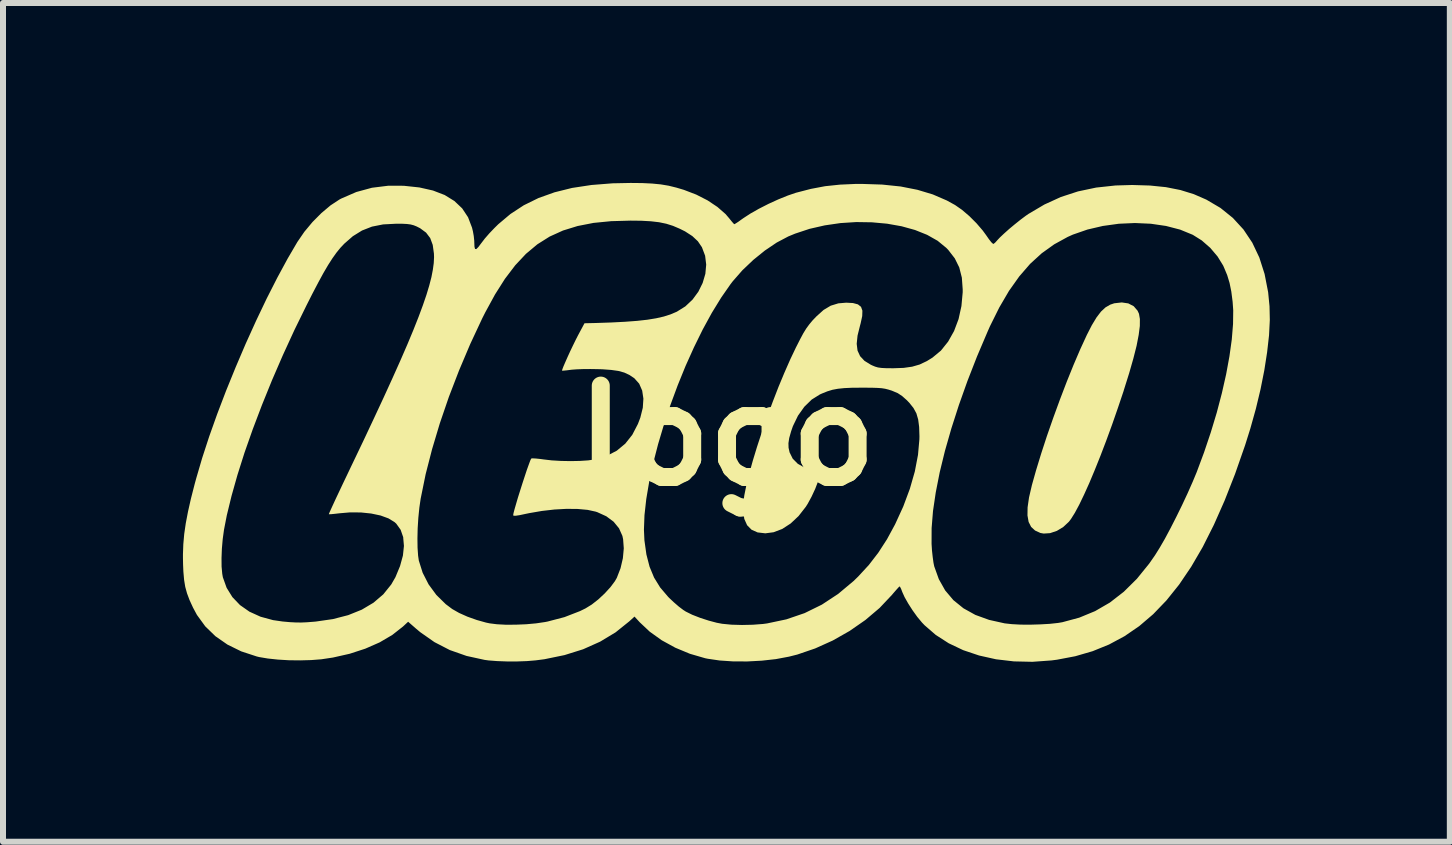
<source format=kicad_pcb>
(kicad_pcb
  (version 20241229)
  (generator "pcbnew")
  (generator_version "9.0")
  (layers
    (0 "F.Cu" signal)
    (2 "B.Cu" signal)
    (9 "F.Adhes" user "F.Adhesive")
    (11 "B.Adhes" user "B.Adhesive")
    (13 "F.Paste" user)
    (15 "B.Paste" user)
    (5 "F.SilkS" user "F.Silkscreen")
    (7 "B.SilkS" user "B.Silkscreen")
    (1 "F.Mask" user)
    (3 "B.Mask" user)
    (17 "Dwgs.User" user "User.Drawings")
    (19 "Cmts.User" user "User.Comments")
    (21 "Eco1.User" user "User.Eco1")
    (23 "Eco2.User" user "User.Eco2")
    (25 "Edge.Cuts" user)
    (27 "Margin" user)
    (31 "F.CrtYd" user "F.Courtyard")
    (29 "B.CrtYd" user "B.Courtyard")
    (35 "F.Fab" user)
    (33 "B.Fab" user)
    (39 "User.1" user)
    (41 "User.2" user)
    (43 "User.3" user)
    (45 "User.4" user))
  (footprint "logo"
    (layer "F.Cu")
    (at 9.07 4.213)
    (property "Reference" "logo" (at 0 0 0) (layer "F.SilkS") (effects (font (size 1.524 1.524) (thickness 0.3))))
    (attr board_only exclude_from_pos_files exclude_from_bom)
    (fp_poly (pts (xy 6.69 -2.205) (xy 6.78 -2.158) (xy 6.844 -2.084) (xy 6.868 -2.032) (xy 6.883 -1.945) (xy 6.882 -1.828) (xy 6.863 -1.68) (xy 6.828 -1.499) (xy 6.774 -1.286) (xy 6.703 -1.038) (xy 6.614 -0.755) (xy 6.613 -0.749) (xy 6.517 -0.464) (xy 6.42 -0.185) (xy 6.322 0.083) (xy 6.225 0.337) (xy 6.13 0.574) (xy 6.039 0.791) (xy 5.952 0.984) (xy 5.872 1.15) (xy 5.799 1.286) (xy 5.735 1.388) (xy 5.7 1.434) (xy 5.606 1.522) (xy 5.499 1.587) (xy 5.386 1.625) (xy 5.279 1.632) (xy 5.224 1.622) (xy 5.135 1.581) (xy 5.07 1.521) (xy 5.028 1.438) (xy 5.009 1.33) (xy 5.011 1.195) (xy 5.035 1.029) (xy 5.081 0.832) (xy 5.081 0.83) (xy 5.152 0.578) (xy 5.237 0.3) (xy 5.333 0.006) (xy 5.439 -0.298) (xy 5.55 -0.602) (xy 5.664 -0.9) (xy 5.778 -1.182) (xy 5.889 -1.441) (xy 5.994 -1.669) (xy 5.998 -1.678) (xy 6.082 -1.842) (xy 6.16 -1.971) (xy 6.234 -2.068) (xy 6.309 -2.138) (xy 6.388 -2.184) (xy 6.456 -2.207) (xy 6.581 -2.221)) (stroke (width 0) (type solid)) (fill yes) (layer "F.SilkS"))
    (fp_poly (pts (xy -1.412 -4.211) (xy -1.248 -4.203) (xy -1.104 -4.189) (xy -0.973 -4.167) (xy -0.843 -4.135) (xy -0.719 -4.098) (xy -0.513 -4.019) (xy -0.325 -3.923) (xy -0.16 -3.813) (xy -0.025 -3.695) (xy 0.035 -3.625) (xy 0.077 -3.573) (xy 0.108 -3.537) (xy 0.122 -3.525) (xy 0.142 -3.536) (xy 0.187 -3.565) (xy 0.247 -3.608) (xy 0.274 -3.627) (xy 0.389 -3.702) (xy 0.532 -3.783) (xy 0.691 -3.864) (xy 0.855 -3.939) (xy 1.013 -4.003) (xy 1.153 -4.051) (xy 1.155 -4.051) (xy 1.398 -4.114) (xy 1.636 -4.159) (xy 1.883 -4.185) (xy 2.15 -4.197) (xy 2.248 -4.197) (xy 2.587 -4.186) (xy 2.895 -4.154) (xy 3.174 -4.099) (xy 3.43 -4.022) (xy 3.664 -3.921) (xy 3.802 -3.845) (xy 3.917 -3.765) (xy 4.04 -3.66) (xy 4.159 -3.541) (xy 4.263 -3.42) (xy 4.32 -3.342) (xy 4.366 -3.276) (xy 4.406 -3.225) (xy 4.434 -3.199) (xy 4.441 -3.196) (xy 4.467 -3.215) (xy 4.502 -3.253) (xy 4.502 -3.254) (xy 4.548 -3.303) (xy 4.618 -3.369) (xy 4.704 -3.446) (xy 4.799 -3.525) (xy 4.894 -3.601) (xy 4.981 -3.666) (xy 5.026 -3.697) (xy 5.292 -3.854) (xy 5.566 -3.979) (xy 5.851 -4.072) (xy 6.154 -4.136) (xy 6.478 -4.171) (xy 6.755 -4.179) (xy 7.052 -4.17) (xy 7.317 -4.143) (xy 7.559 -4.095) (xy 7.782 -4.026) (xy 7.991 -3.935) (xy 8.227 -3.796) (xy 8.433 -3.63) (xy 8.61 -3.437) (xy 8.757 -3.217) (xy 8.874 -2.97) (xy 8.962 -2.695) (xy 9.021 -2.392) (xy 9.044 -2.157) (xy 9.049 -1.93) (xy 9.036 -1.673) (xy 9.004 -1.391) (xy 8.957 -1.089) (xy 8.894 -0.772) (xy 8.816 -0.447) (xy 8.724 -0.118) (xy 8.637 0.159) (xy 8.469 0.64) (xy 8.295 1.083) (xy 8.116 1.487) (xy 7.931 1.855) (xy 7.738 2.186) (xy 7.537 2.483) (xy 7.326 2.746) (xy 7.105 2.976) (xy 6.872 3.175) (xy 6.627 3.343) (xy 6.368 3.482) (xy 6.095 3.593) (xy 5.806 3.677) (xy 5.501 3.735) (xy 5.409 3.747) (xy 5.092 3.77) (xy 4.783 3.763) (xy 4.485 3.728) (xy 4.203 3.665) (xy 3.938 3.576) (xy 3.696 3.461) (xy 3.48 3.322) (xy 3.293 3.16) (xy 3.25 3.115) (xy 3.172 3.021) (xy 3.093 2.911) (xy 3.02 2.797) (xy 2.96 2.691) (xy 2.923 2.609) (xy 2.902 2.554) (xy 2.884 2.519) (xy 2.877 2.513) (xy 2.86 2.528) (xy 2.824 2.568) (xy 2.775 2.624) (xy 2.749 2.655) (xy 2.544 2.872) (xy 2.307 3.073) (xy 2.045 3.255) (xy 1.763 3.415) (xy 1.47 3.547) (xy 1.172 3.649) (xy 1.033 3.684) (xy 0.815 3.725) (xy 0.58 3.751) (xy 0.338 3.764) (xy 0.1 3.763) (xy -0.123 3.748) (xy -0.321 3.719) (xy -0.365 3.71) (xy -0.619 3.636) (xy -0.862 3.535) (xy -1.088 3.411) (xy -1.288 3.268) (xy -1.455 3.111) (xy -1.542 3.016) (xy -1.63 3.096) (xy -1.858 3.279) (xy -2.115 3.434) (xy -2.399 3.561) (xy -2.709 3.658) (xy -3.044 3.727) (xy -3.191 3.746) (xy -3.335 3.758) (xy -3.498 3.764) (xy -3.668 3.764) (xy -3.831 3.758) (xy -3.975 3.747) (xy -4.041 3.738) (xy -4.342 3.672) (xy -4.621 3.574) (xy -4.877 3.442) (xy -5.114 3.276) (xy -5.181 3.22) (xy -5.316 3.102) (xy -5.402 3.182) (xy -5.58 3.322) (xy -5.791 3.446) (xy -6.03 3.551) (xy -6.291 3.636) (xy -6.57 3.699) (xy -6.764 3.728) (xy -6.931 3.741) (xy -7.114 3.746) (xy -7.303 3.744) (xy -7.487 3.733) (xy -7.655 3.715) (xy -7.798 3.691) (xy -7.839 3.681) (xy -8.098 3.596) (xy -8.328 3.483) (xy -8.528 3.344) (xy -8.698 3.179) (xy -8.837 2.988) (xy -8.902 2.867) (xy -8.96 2.741) (xy -9.002 2.629) (xy -9.032 2.52) (xy -9.051 2.403) (xy -9.063 2.265) (xy -9.068 2.147) (xy -9.07 2.04) (xy -8.427 2.04) (xy -8.426 2.182) (xy -8.415 2.302) (xy -8.405 2.36) (xy -8.342 2.536) (xy -8.246 2.691) (xy -8.119 2.824) (xy -7.962 2.934) (xy -7.777 3.018) (xy -7.568 3.075) (xy -7.409 3.098) (xy -7.286 3.109) (xy -7.188 3.114) (xy -7.1 3.115) (xy -7.006 3.111) (xy -6.891 3.102) (xy -6.856 3.099) (xy -6.571 3.058) (xy -6.315 2.992) (xy -6.089 2.901) (xy -5.894 2.785) (xy -5.73 2.645) (xy -5.598 2.481) (xy -5.528 2.36) (xy -5.451 2.174) (xy -5.403 1.999) (xy -5.386 1.838) (xy -5.397 1.713) (xy -5.161 1.713) (xy -5.159 1.868) (xy -5.15 1.999) (xy -5.138 2.082) (xy -5.074 2.285) (xy -4.975 2.479) (xy -4.845 2.656) (xy -4.689 2.809) (xy -4.581 2.89) (xy -4.467 2.955) (xy -4.326 3.018) (xy -4.171 3.073) (xy -4.018 3.116) (xy -3.956 3.129) (xy -3.835 3.144) (xy -3.686 3.152) (xy -3.52 3.151) (xy -3.348 3.144) (xy -3.183 3.129) (xy -3.034 3.107) (xy -2.993 3.099) (xy -2.71 3.025) (xy -2.452 2.925) (xy -2.36 2.88) (xy -2.256 2.816) (xy -2.146 2.73) (xy -2.039 2.63) (xy -1.943 2.525) (xy -1.869 2.426) (xy -1.837 2.37) (xy -1.775 2.21) (xy -1.736 2.043) (xy -1.721 1.879) (xy -1.732 1.728) (xy -1.744 1.671) (xy -1.79 1.568) (xy -1.385 1.568) (xy -1.377 1.744) (xy -1.344 1.98) (xy -1.291 2.185) (xy -1.216 2.366) (xy -1.115 2.53) (xy -0.985 2.683) (xy -0.965 2.704) (xy -0.886 2.778) (xy -0.804 2.849) (xy -0.73 2.905) (xy -0.688 2.932) (xy -0.581 2.985) (xy -0.448 3.037) (xy -0.306 3.083) (xy -0.171 3.119) (xy -0.081 3.136) (xy 0.073 3.151) (xy 0.25 3.156) (xy 0.431 3.152) (xy 0.601 3.139) (xy 0.668 3.13) (xy 0.99 3.062) (xy 1.294 2.958) (xy 1.581 2.817) (xy 1.853 2.638) (xy 2.11 2.423) (xy 2.187 2.348) (xy 2.365 2.155) (xy 2.522 1.951) (xy 2.623 1.795) (xy 3.41 1.795) (xy 3.41 1.803) (xy 3.417 1.914) (xy 3.429 2.023) (xy 3.442 2.118) (xy 3.454 2.177) (xy 3.531 2.392) (xy 3.637 2.58) (xy 3.774 2.742) (xy 3.942 2.878) (xy 4.14 2.988) (xy 4.369 3.071) (xy 4.629 3.129) (xy 4.747 3.142) (xy 4.894 3.15) (xy 5.056 3.151) (xy 5.223 3.146) (xy 5.381 3.137) (xy 5.519 3.122) (xy 5.59 3.11) (xy 5.872 3.034) (xy 6.136 2.925) (xy 6.383 2.782) (xy 6.615 2.602) (xy 6.833 2.386) (xy 7.038 2.133) (xy 7.134 1.995) (xy 7.211 1.872) (xy 7.299 1.72) (xy 7.393 1.544) (xy 7.49 1.354) (xy 7.587 1.156) (xy 7.679 0.959) (xy 7.763 0.769) (xy 7.83 0.608) (xy 7.953 0.278) (xy 8.065 -0.055) (xy 8.165 -0.386) (xy 8.25 -0.71) (xy 8.321 -1.024) (xy 8.376 -1.324) (xy 8.415 -1.604) (xy 8.436 -1.861) (xy 8.439 -2.09) (xy 8.429 -2.232) (xy 8.407 -2.403) (xy 8.378 -2.546) (xy 8.339 -2.675) (xy 8.287 -2.8) (xy 8.271 -2.836) (xy 8.178 -2.987) (xy 8.056 -3.131) (xy 7.914 -3.255) (xy 7.764 -3.349) (xy 7.554 -3.435) (xy 7.319 -3.496) (xy 7.066 -3.533) (xy 6.801 -3.545) (xy 6.532 -3.533) (xy 6.265 -3.496) (xy 6.008 -3.436) (xy 5.766 -3.352) (xy 5.679 -3.313) (xy 5.455 -3.19) (xy 5.247 -3.041) (xy 5.053 -2.864) (xy 4.872 -2.655) (xy 4.701 -2.414) (xy 4.539 -2.137) (xy 4.383 -1.823) (xy 4.345 -1.737) (xy 4.168 -1.321) (xy 4.008 -0.911) (xy 3.865 -0.509) (xy 3.74 -0.12) (xy 3.633 0.254) (xy 3.546 0.61) (xy 3.48 0.945) (xy 3.434 1.256) (xy 3.411 1.541) (xy 3.41 1.795) (xy 2.623 1.795) (xy 2.667 1.727) (xy 2.802 1.478) (xy 2.938 1.181) (xy 3.048 0.886) (xy 3.131 0.597) (xy 3.184 0.32) (xy 3.207 0.061) (xy 3.208 0.01) (xy 3.203 -0.145) (xy 3.187 -0.269) (xy 3.157 -0.372) (xy 3.108 -0.462) (xy 3.039 -0.548) (xy 2.999 -0.59) (xy 2.92 -0.66) (xy 2.846 -0.709) (xy 2.758 -0.746) (xy 2.743 -0.752) (xy 2.688 -0.769) (xy 2.636 -0.782) (xy 2.58 -0.791) (xy 2.512 -0.796) (xy 2.422 -0.799) (xy 2.303 -0.8) (xy 2.248 -0.8) (xy 2.086 -0.799) (xy 1.956 -0.793) (xy 1.849 -0.782) (xy 1.758 -0.765) (xy 1.673 -0.739) (xy 1.586 -0.704) (xy 1.548 -0.687) (xy 1.412 -0.602) (xy 1.289 -0.482) (xy 1.183 -0.333) (xy 1.099 -0.16) (xy 1.068 -0.071) (xy 1.037 0.039) (xy 1.024 0.125) (xy 1.026 0.201) (xy 1.043 0.278) (xy 1.095 0.383) (xy 1.18 0.469) (xy 1.295 0.533) (xy 1.437 0.574) (xy 1.465 0.578) (xy 1.522 0.588) (xy 1.549 0.6) (xy 1.554 0.624) (xy 1.548 0.656) (xy 1.518 0.762) (xy 1.47 0.887) (xy 1.41 1.016) (xy 1.346 1.134) (xy 1.314 1.185) (xy 1.193 1.34) (xy 1.061 1.464) (xy 0.921 1.555) (xy 0.776 1.61) (xy 0.639 1.628) (xy 0.51 1.613) (xy 0.409 1.568) (xy 0.335 1.493) (xy 0.288 1.388) (xy 0.268 1.253) (xy 0.27 1.134) (xy 0.288 0.997) (xy 0.322 0.828) (xy 0.37 0.633) (xy 0.43 0.417) (xy 0.501 0.184) (xy 0.581 -0.06) (xy 0.668 -0.31) (xy 0.761 -0.562) (xy 0.857 -0.81) (xy 0.956 -1.048) (xy 1.055 -1.273) (xy 1.153 -1.479) (xy 1.155 -1.482) (xy 1.22 -1.61) (xy 1.273 -1.709) (xy 1.322 -1.788) (xy 1.371 -1.855) (xy 1.426 -1.921) (xy 1.49 -1.988) (xy 1.61 -2.096) (xy 1.729 -2.167) (xy 1.856 -2.206) (xy 1.986 -2.217) (xy 2.1 -2.211) (xy 2.182 -2.189) (xy 2.234 -2.148) (xy 2.257 -2.084) (xy 2.254 -1.994) (xy 2.228 -1.874) (xy 2.217 -1.833) (xy 2.176 -1.668) (xy 2.162 -1.531) (xy 2.176 -1.418) (xy 2.219 -1.325) (xy 2.291 -1.248) (xy 2.396 -1.183) (xy 2.421 -1.171) (xy 2.469 -1.151) (xy 2.517 -1.137) (xy 2.575 -1.129) (xy 2.653 -1.125) (xy 2.76 -1.124) (xy 2.775 -1.124) (xy 2.945 -1.13) (xy 3.086 -1.15) (xy 3.211 -1.186) (xy 3.331 -1.243) (xy 3.425 -1.301) (xy 3.566 -1.418) (xy 3.686 -1.568) (xy 3.785 -1.744) (xy 3.86 -1.943) (xy 3.908 -2.161) (xy 3.929 -2.391) (xy 3.929 -2.439) (xy 3.915 -2.634) (xy 3.872 -2.804) (xy 3.797 -2.956) (xy 3.688 -3.097) (xy 3.655 -3.131) (xy 3.511 -3.249) (xy 3.336 -3.348) (xy 3.134 -3.429) (xy 2.91 -3.491) (xy 2.668 -3.534) (xy 2.415 -3.557) (xy 2.154 -3.561) (xy 1.891 -3.544) (xy 1.63 -3.506) (xy 1.376 -3.448) (xy 1.135 -3.368) (xy 1.021 -3.321) (xy 0.828 -3.219) (xy 0.631 -3.086) (xy 0.438 -2.93) (xy 0.256 -2.757) (xy 0.095 -2.573) (xy 0.061 -2.529) (xy -0.097 -2.302) (xy -0.253 -2.048) (xy -0.405 -1.77) (xy -0.551 -1.473) (xy -0.691 -1.162) (xy -0.822 -0.84) (xy -0.943 -0.513) (xy -1.052 -0.184) (xy -1.149 0.142) (xy -1.231 0.46) (xy -1.297 0.766) (xy -1.346 1.056) (xy -1.376 1.325) (xy -1.385 1.568) (xy -1.79 1.568) (xy -1.8 1.545) (xy -1.89 1.435) (xy -2.012 1.344) (xy -2.161 1.276) (xy -2.191 1.266) (xy -2.324 1.237) (xy -2.488 1.222) (xy -2.675 1.22) (xy -2.877 1.231) (xy -3.086 1.255) (xy -3.295 1.291) (xy -3.358 1.304) (xy -3.457 1.325) (xy -3.522 1.335) (xy -3.556 1.335) (xy -3.565 1.326) (xy -3.559 1.291) (xy -3.542 1.226) (xy -3.516 1.136) (xy -3.485 1.03) (xy -3.448 0.913) (xy -3.41 0.793) (xy -3.372 0.677) (xy -3.337 0.571) (xy -3.305 0.482) (xy -3.281 0.417) (xy -3.265 0.383) (xy -3.263 0.381) (xy -3.239 0.378) (xy -3.185 0.381) (xy -3.109 0.389) (xy -3.059 0.396) (xy -2.922 0.412) (xy -2.768 0.421) (xy -2.608 0.424) (xy -2.453 0.421) (xy -2.315 0.412) (xy -2.204 0.396) (xy -2.198 0.395) (xy -2.004 0.337) (xy -1.837 0.25) (xy -1.696 0.133) (xy -1.579 -0.015) (xy -1.485 -0.196) (xy -1.445 -0.301) (xy -1.404 -0.465) (xy -1.394 -0.617) (xy -1.414 -0.751) (xy -1.464 -0.866) (xy -1.543 -0.955) (xy -1.552 -0.962) (xy -1.629 -1.013) (xy -1.713 -1.052) (xy -1.811 -1.079) (xy -1.931 -1.096) (xy -2.081 -1.107) (xy -2.157 -1.109) (xy -2.278 -1.111) (xy -2.398 -1.11) (xy -2.505 -1.106) (xy -2.587 -1.1) (xy -2.603 -1.098) (xy -2.673 -1.089) (xy -2.726 -1.084) (xy -2.75 -1.083) (xy -2.751 -1.084) (xy -2.746 -1.104) (xy -2.727 -1.154) (xy -2.696 -1.226) (xy -2.657 -1.314) (xy -2.613 -1.41) (xy -2.566 -1.508) (xy -2.521 -1.6) (xy -2.48 -1.68) (xy -2.474 -1.691) (xy -2.376 -1.874) (xy -2.196 -1.878) (xy -1.928 -1.887) (xy -1.697 -1.899) (xy -1.498 -1.914) (xy -1.327 -1.933) (xy -1.181 -1.957) (xy -1.054 -1.986) (xy -0.944 -2.021) (xy -0.845 -2.063) (xy -0.836 -2.067) (xy -0.695 -2.155) (xy -0.575 -2.268) (xy -0.478 -2.4) (xy -0.406 -2.546) (xy -0.361 -2.698) (xy -0.347 -2.852) (xy -0.365 -3) (xy -0.417 -3.138) (xy -0.418 -3.141) (xy -0.486 -3.241) (xy -0.578 -3.327) (xy -0.7 -3.406) (xy -0.791 -3.451) (xy -0.901 -3.498) (xy -1.012 -3.533) (xy -1.132 -3.558) (xy -1.268 -3.574) (xy -1.429 -3.583) (xy -1.609 -3.585) (xy -1.931 -3.576) (xy -2.225 -3.547) (xy -2.491 -3.495) (xy -2.734 -3.42) (xy -2.957 -3.319) (xy -3.162 -3.19) (xy -3.352 -3.031) (xy -3.531 -2.84) (xy -3.702 -2.615) (xy -3.867 -2.355) (xy -4.03 -2.056) (xy -4.081 -1.955) (xy -4.281 -1.527) (xy -4.467 -1.088) (xy -4.637 -0.646) (xy -4.788 -0.205) (xy -4.917 0.226) (xy -5.024 0.642) (xy -5.104 1.035) (xy -5.106 1.043) (xy -5.129 1.2) (xy -5.146 1.37) (xy -5.157 1.544) (xy -5.161 1.713) (xy -5.397 1.713) (xy -5.398 1.693) (xy -5.441 1.569) (xy -5.514 1.467) (xy -5.544 1.44) (xy -5.644 1.379) (xy -5.775 1.331) (xy -5.931 1.298) (xy -6.104 1.28) (xy -6.287 1.279) (xy -6.461 1.294) (xy -6.539 1.303) (xy -6.6 1.309) (xy -6.634 1.31) (xy -6.638 1.309) (xy -6.631 1.29) (xy -6.608 1.238) (xy -6.571 1.157) (xy -6.522 1.051) (xy -6.462 0.924) (xy -6.393 0.778) (xy -6.317 0.619) (xy -6.267 0.514) (xy -6.067 0.096) (xy -5.886 -0.289) (xy -5.722 -0.641) (xy -5.575 -0.963) (xy -5.444 -1.256) (xy -5.329 -1.521) (xy -5.229 -1.761) (xy -5.143 -1.978) (xy -5.071 -2.172) (xy -5.011 -2.347) (xy -4.964 -2.503) (xy -4.928 -2.642) (xy -4.904 -2.766) (xy -4.889 -2.877) (xy -4.884 -2.976) (xy -4.886 -3.035) (xy -4.906 -3.18) (xy -4.948 -3.294) (xy -5.017 -3.385) (xy -5.116 -3.458) (xy -5.175 -3.488) (xy -5.225 -3.508) (xy -5.275 -3.521) (xy -5.336 -3.529) (xy -5.417 -3.533) (xy -5.52 -3.533) (xy -5.733 -3.522) (xy -5.919 -3.485) (xy -6.085 -3.42) (xy -6.238 -3.325) (xy -6.381 -3.2) (xy -6.446 -3.131) (xy -6.511 -3.051) (xy -6.578 -2.957) (xy -6.65 -2.845) (xy -6.728 -2.712) (xy -6.815 -2.552) (xy -6.914 -2.363) (xy -7.008 -2.177) (xy -7.212 -1.761) (xy -7.405 -1.341) (xy -7.586 -0.923) (xy -7.753 -0.511) (xy -7.906 -0.108) (xy -8.043 0.281) (xy -8.161 0.653) (xy -8.26 1.004) (xy -8.339 1.328) (xy -8.386 1.57) (xy -8.407 1.723) (xy -8.421 1.883) (xy -8.427 2.04) (xy -9.07 2.04) (xy -9.07 1.976) (xy -9.064 1.81) (xy -9.049 1.64) (xy -9.023 1.461) (xy -8.986 1.267) (xy -8.937 1.05) (xy -8.874 0.804) (xy -8.848 0.709) (xy -8.75 0.374) (xy -8.633 0.015) (xy -8.499 -0.361) (xy -8.351 -0.749) (xy -8.191 -1.142) (xy -8.024 -1.533) (xy -7.85 -1.917) (xy -7.674 -2.286) (xy -7.497 -2.634) (xy -7.323 -2.955) (xy -7.162 -3.23) (xy -7.046 -3.399) (xy -6.91 -3.562) (xy -6.762 -3.711) (xy -6.61 -3.839) (xy -6.461 -3.937) (xy -6.431 -3.953) (xy -6.18 -4.062) (xy -5.919 -4.133) (xy -5.645 -4.167) (xy -5.388 -4.166) (xy -5.128 -4.138) (xy -4.902 -4.087) (xy -4.707 -4.012) (xy -4.545 -3.912) (xy -4.415 -3.789) (xy -4.317 -3.641) (xy -4.251 -3.468) (xy -4.236 -3.407) (xy -4.222 -3.328) (xy -4.214 -3.251) (xy -4.213 -3.221) (xy -4.21 -3.149) (xy -4.2 -3.112) (xy -4.179 -3.111) (xy -4.145 -3.145) (xy -4.093 -3.214) (xy -4.092 -3.215) (xy -4.037 -3.287) (xy -3.962 -3.373) (xy -3.878 -3.461) (xy -3.814 -3.524) (xy -3.611 -3.695) (xy -3.388 -3.841) (xy -3.144 -3.961) (xy -2.876 -4.057) (xy -2.583 -4.13) (xy -2.26 -4.179) (xy -1.907 -4.207) (xy -1.608 -4.213)) (stroke (width 0) (type solid)) (fill yes) (layer "F.SilkS")))
  (gr_rect
    (start -3 -3)
    (end 21.12 10.983)
    (stroke (width 0.1) (type default))
    (fill no)
    (layer "Edge.Cuts")))
</source>
